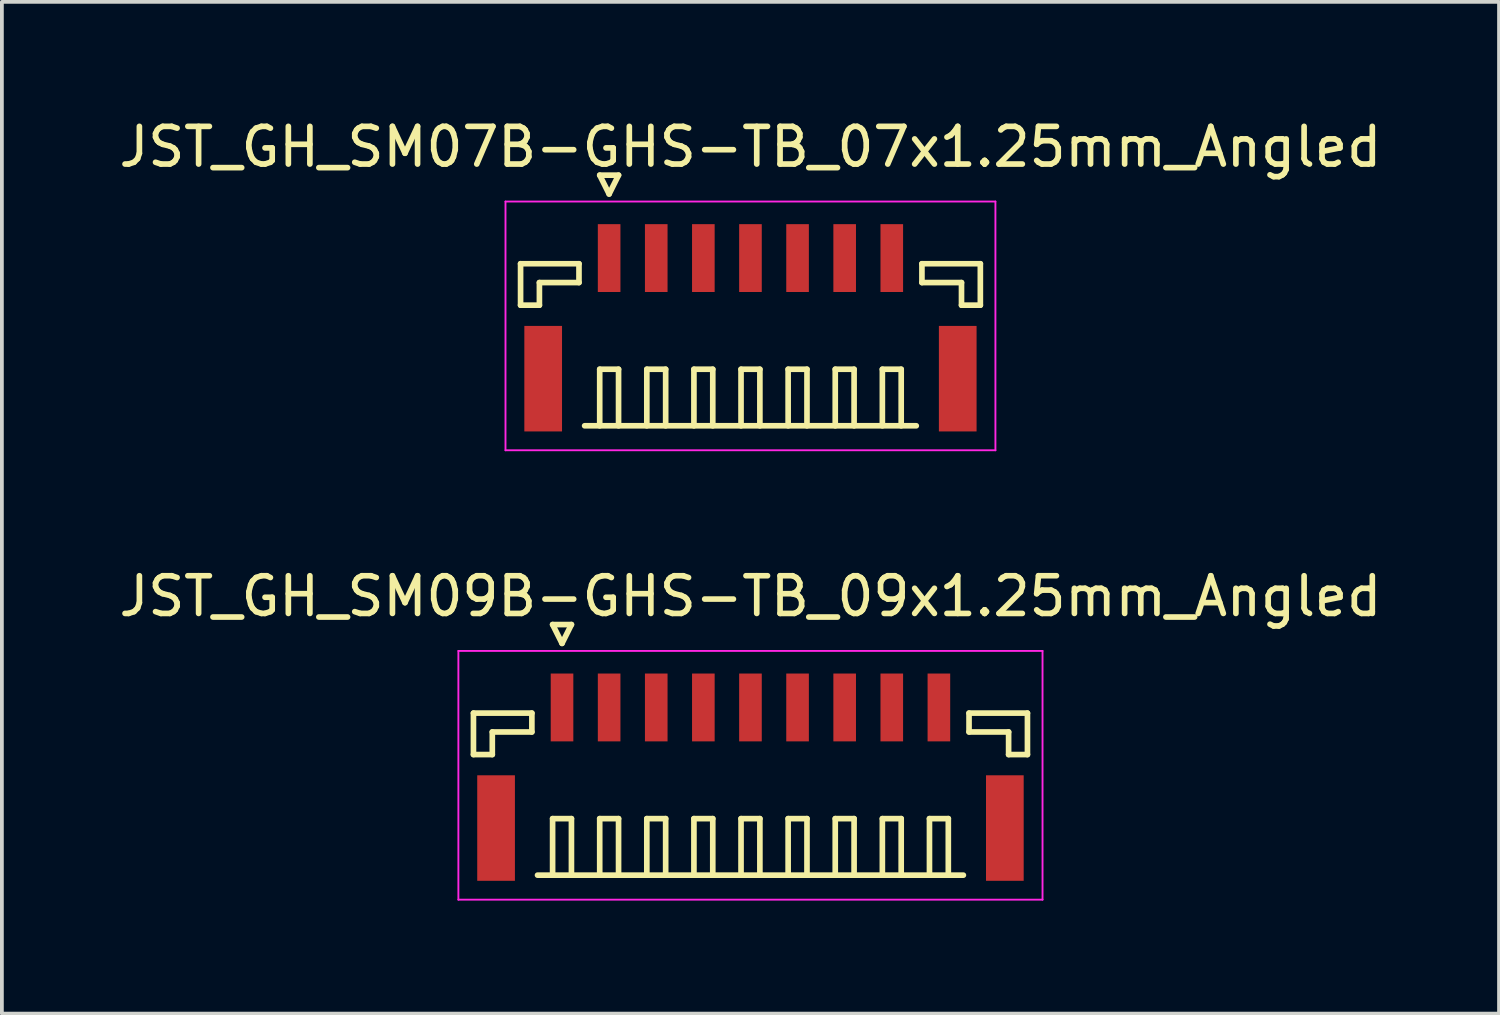
<source format=kicad_pcb>
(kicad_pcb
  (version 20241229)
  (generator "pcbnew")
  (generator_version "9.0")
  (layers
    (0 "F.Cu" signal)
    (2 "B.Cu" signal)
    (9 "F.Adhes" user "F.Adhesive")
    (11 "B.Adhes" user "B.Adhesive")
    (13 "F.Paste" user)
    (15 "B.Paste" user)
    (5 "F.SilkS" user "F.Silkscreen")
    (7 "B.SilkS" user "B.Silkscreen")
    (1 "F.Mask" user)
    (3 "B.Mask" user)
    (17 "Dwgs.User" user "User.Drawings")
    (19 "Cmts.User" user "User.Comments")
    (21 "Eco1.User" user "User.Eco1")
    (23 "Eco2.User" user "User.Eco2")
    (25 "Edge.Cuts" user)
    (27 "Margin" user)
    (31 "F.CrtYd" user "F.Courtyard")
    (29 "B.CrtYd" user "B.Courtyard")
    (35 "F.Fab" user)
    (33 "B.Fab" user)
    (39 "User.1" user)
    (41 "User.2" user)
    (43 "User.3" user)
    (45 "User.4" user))
  (footprint "JST_GH_SM09B-GHS-TB_09x1.25mm_Angled"
    (layer "F.Cu")
    (at 16.863 17.322)
    (property "Reference" "JST_GH_SM09B-GHS-TB_09x1.25mm_Angled" (at 0 -4.55 0) (layer "F.SilkS") (effects (font (size 1 1) (thickness 0.15))))
    (attr smd)
    (fp_line (start -7.35 -1.45) (end -5.8 -1.45) (stroke (width 0.15) (type solid)) (layer "F.SilkS"))
    (fp_line (start -7.35 -0.35) (end -7.35 -1.45) (stroke (width 0.15) (type solid)) (layer "F.SilkS"))
    (fp_line (start -6.85 -0.95) (end -6.85 -0.35) (stroke (width 0.15) (type solid)) (layer "F.SilkS"))
    (fp_line (start -6.85 -0.35) (end -7.35 -0.35) (stroke (width 0.15) (type solid)) (layer "F.SilkS"))
    (fp_line (start -5.8 -1.45) (end -5.8 -0.95) (stroke (width 0.15) (type solid)) (layer "F.SilkS"))
    (fp_line (start -5.8 -0.95) (end -6.85 -0.95) (stroke (width 0.15) (type solid)) (layer "F.SilkS"))
    (fp_line (start -5.65 2.85) (end 5.65 2.85) (stroke (width 0.15) (type solid)) (layer "F.SilkS"))
    (fp_line (start -5.25 -3.8) (end -4.75 -3.8) (stroke (width 0.15) (type solid)) (layer "F.SilkS"))
    (fp_line (start -5.25 1.35) (end -4.75 1.35) (stroke (width 0.15) (type solid)) (layer "F.SilkS"))
    (fp_line (start -5.25 2.85) (end -5.25 1.35) (stroke (width 0.15) (type solid)) (layer "F.SilkS"))
    (fp_line (start -5 -3.3) (end -5.25 -3.8) (stroke (width 0.15) (type solid)) (layer "F.SilkS"))
    (fp_line (start -4.75 -3.8) (end -5 -3.3) (stroke (width 0.15) (type solid)) (layer "F.SilkS"))
    (fp_line (start -4.75 1.35) (end -4.75 2.85) (stroke (width 0.15) (type solid)) (layer "F.SilkS"))
    (fp_line (start -4 1.35) (end -3.5 1.35) (stroke (width 0.15) (type solid)) (layer "F.SilkS"))
    (fp_line (start -4 2.85) (end -4 1.35) (stroke (width 0.15) (type solid)) (layer "F.SilkS"))
    (fp_line (start -3.5 1.35) (end -3.5 2.85) (stroke (width 0.15) (type solid)) (layer "F.SilkS"))
    (fp_line (start -2.75 1.35) (end -2.25 1.35) (stroke (width 0.15) (type solid)) (layer "F.SilkS"))
    (fp_line (start -2.75 2.85) (end -2.75 1.35) (stroke (width 0.15) (type solid)) (layer "F.SilkS"))
    (fp_line (start -2.25 1.35) (end -2.25 2.85) (stroke (width 0.15) (type solid)) (layer "F.SilkS"))
    (fp_line (start -1.5 1.35) (end -1 1.35) (stroke (width 0.15) (type solid)) (layer "F.SilkS"))
    (fp_line (start -1.5 2.85) (end -1.5 1.35) (stroke (width 0.15) (type solid)) (layer "F.SilkS"))
    (fp_line (start -1 1.35) (end -1 2.85) (stroke (width 0.15) (type solid)) (layer "F.SilkS"))
    (fp_line (start -0.25 1.35) (end 0.25 1.35) (stroke (width 0.15) (type solid)) (layer "F.SilkS"))
    (fp_line (start -0.25 2.85) (end -0.25 1.35) (stroke (width 0.15) (type solid)) (layer "F.SilkS"))
    (fp_line (start 0.25 1.35) (end 0.25 2.85) (stroke (width 0.15) (type solid)) (layer "F.SilkS"))
    (fp_line (start 1 1.35) (end 1.5 1.35) (stroke (width 0.15) (type solid)) (layer "F.SilkS"))
    (fp_line (start 1 2.85) (end 1 1.35) (stroke (width 0.15) (type solid)) (layer "F.SilkS"))
    (fp_line (start 1.5 1.35) (end 1.5 2.85) (stroke (width 0.15) (type solid)) (layer "F.SilkS"))
    (fp_line (start 2.25 1.35) (end 2.75 1.35) (stroke (width 0.15) (type solid)) (layer "F.SilkS"))
    (fp_line (start 2.25 2.85) (end 2.25 1.35) (stroke (width 0.15) (type solid)) (layer "F.SilkS"))
    (fp_line (start 2.75 1.35) (end 2.75 2.85) (stroke (width 0.15) (type solid)) (layer "F.SilkS"))
    (fp_line (start 3.5 1.35) (end 4 1.35) (stroke (width 0.15) (type solid)) (layer "F.SilkS"))
    (fp_line (start 3.5 2.85) (end 3.5 1.35) (stroke (width 0.15) (type solid)) (layer "F.SilkS"))
    (fp_line (start 4 1.35) (end 4 2.85) (stroke (width 0.15) (type solid)) (layer "F.SilkS"))
    (fp_line (start 4.75 1.35) (end 5.25 1.35) (stroke (width 0.15) (type solid)) (layer "F.SilkS"))
    (fp_line (start 4.75 2.85) (end 4.75 1.35) (stroke (width 0.15) (type solid)) (layer "F.SilkS"))
    (fp_line (start 5.25 1.35) (end 5.25 2.85) (stroke (width 0.15) (type solid)) (layer "F.SilkS"))
    (fp_line (start 5.8 -1.45) (end 5.8 -0.95) (stroke (width 0.15) (type solid)) (layer "F.SilkS"))
    (fp_line (start 5.8 -0.95) (end 6.85 -0.95) (stroke (width 0.15) (type solid)) (layer "F.SilkS"))
    (fp_line (start 6.85 -0.95) (end 6.85 -0.35) (stroke (width 0.15) (type solid)) (layer "F.SilkS"))
    (fp_line (start 6.85 -0.35) (end 7.35 -0.35) (stroke (width 0.15) (type solid)) (layer "F.SilkS"))
    (fp_line (start 7.35 -1.45) (end 5.8 -1.45) (stroke (width 0.15) (type solid)) (layer "F.SilkS"))
    (fp_line (start 7.35 -0.35) (end 7.35 -1.45) (stroke (width 0.15) (type solid)) (layer "F.SilkS"))
    (fp_line (start -7.75 -3.1) (end -7.75 3.5) (stroke (width 0.05) (type solid)) (layer "F.CrtYd"))
    (fp_line (start -7.75 3.5) (end 7.75 3.5) (stroke (width 0.05) (type solid)) (layer "F.CrtYd"))
    (fp_line (start 7.75 -3.1) (end -7.75 -3.1) (stroke (width 0.05) (type solid)) (layer "F.CrtYd"))
    (fp_line (start 7.75 3.5) (end 7.75 -3.1) (stroke (width 0.05) (type solid)) (layer "F.CrtYd"))
    (pad "" smd rect (at -6.75 1.6) (size 1 2.8) (layers "F.Cu" "F.Mask" "F.Paste"))
    (pad "" smd rect (at 6.75 1.6) (size 1 2.8) (layers "F.Cu" "F.Mask" "F.Paste"))
    (pad "1" smd rect (at -5 -1.6) (size 0.6 1.8) (layers "F.Cu" "F.Mask" "F.Paste"))
    (pad "2" smd rect (at -3.75 -1.6) (size 0.6 1.8) (layers "F.Cu" "F.Mask" "F.Paste"))
    (pad "3" smd rect (at -2.5 -1.6) (size 0.6 1.8) (layers "F.Cu" "F.Mask" "F.Paste"))
    (pad "4" smd rect (at -1.25 -1.6) (size 0.6 1.8) (layers "F.Cu" "F.Mask" "F.Paste"))
    (pad "5" smd rect (at 0 -1.6) (size 0.6 1.8) (layers "F.Cu" "F.Mask" "F.Paste"))
    (pad "6" smd rect (at 1.25 -1.6) (size 0.6 1.8) (layers "F.Cu" "F.Mask" "F.Paste"))
    (pad "7" smd rect (at 2.5 -1.6) (size 0.6 1.8) (layers "F.Cu" "F.Mask" "F.Paste"))
    (pad "8" smd rect (at 3.75 -1.6) (size 0.6 1.8) (layers "F.Cu" "F.Mask" "F.Paste"))
    (pad "9" smd rect (at 5 -1.6) (size 0.6 1.8) (layers "F.Cu" "F.Mask" "F.Paste")))
  (footprint "JST_GH_SM07B-GHS-TB_07x1.25mm_Angled"
    (layer "F.Cu")
    (at 16.863 5.398)
    (property "Reference" "JST_GH_SM07B-GHS-TB_07x1.25mm_Angled" (at 0 -4.55 0) (layer "F.SilkS") (effects (font (size 1 1) (thickness 0.15))))
    (attr smd)
    (fp_line (start -6.1 -1.45) (end -4.55 -1.45) (stroke (width 0.15) (type solid)) (layer "F.SilkS"))
    (fp_line (start -6.1 -0.35) (end -6.1 -1.45) (stroke (width 0.15) (type solid)) (layer "F.SilkS"))
    (fp_line (start -5.6 -0.95) (end -5.6 -0.35) (stroke (width 0.15) (type solid)) (layer "F.SilkS"))
    (fp_line (start -5.6 -0.35) (end -6.1 -0.35) (stroke (width 0.15) (type solid)) (layer "F.SilkS"))
    (fp_line (start -4.55 -1.45) (end -4.55 -0.95) (stroke (width 0.15) (type solid)) (layer "F.SilkS"))
    (fp_line (start -4.55 -0.95) (end -5.6 -0.95) (stroke (width 0.15) (type solid)) (layer "F.SilkS"))
    (fp_line (start -4.4 2.85) (end 4.4 2.85) (stroke (width 0.15) (type solid)) (layer "F.SilkS"))
    (fp_line (start -4 -3.8) (end -3.5 -3.8) (stroke (width 0.15) (type solid)) (layer "F.SilkS"))
    (fp_line (start -4 1.35) (end -3.5 1.35) (stroke (width 0.15) (type solid)) (layer "F.SilkS"))
    (fp_line (start -4 2.85) (end -4 1.35) (stroke (width 0.15) (type solid)) (layer "F.SilkS"))
    (fp_line (start -3.75 -3.3) (end -4 -3.8) (stroke (width 0.15) (type solid)) (layer "F.SilkS"))
    (fp_line (start -3.5 -3.8) (end -3.75 -3.3) (stroke (width 0.15) (type solid)) (layer "F.SilkS"))
    (fp_line (start -3.5 1.35) (end -3.5 2.85) (stroke (width 0.15) (type solid)) (layer "F.SilkS"))
    (fp_line (start -2.75 1.35) (end -2.25 1.35) (stroke (width 0.15) (type solid)) (layer "F.SilkS"))
    (fp_line (start -2.75 2.85) (end -2.75 1.35) (stroke (width 0.15) (type solid)) (layer "F.SilkS"))
    (fp_line (start -2.25 1.35) (end -2.25 2.85) (stroke (width 0.15) (type solid)) (layer "F.SilkS"))
    (fp_line (start -1.5 1.35) (end -1 1.35) (stroke (width 0.15) (type solid)) (layer "F.SilkS"))
    (fp_line (start -1.5 2.85) (end -1.5 1.35) (stroke (width 0.15) (type solid)) (layer "F.SilkS"))
    (fp_line (start -1 1.35) (end -1 2.85) (stroke (width 0.15) (type solid)) (layer "F.SilkS"))
    (fp_line (start -0.25 1.35) (end 0.25 1.35) (stroke (width 0.15) (type solid)) (layer "F.SilkS"))
    (fp_line (start -0.25 2.85) (end -0.25 1.35) (stroke (width 0.15) (type solid)) (layer "F.SilkS"))
    (fp_line (start 0.25 1.35) (end 0.25 2.85) (stroke (width 0.15) (type solid)) (layer "F.SilkS"))
    (fp_line (start 1 1.35) (end 1.5 1.35) (stroke (width 0.15) (type solid)) (layer "F.SilkS"))
    (fp_line (start 1 2.85) (end 1 1.35) (stroke (width 0.15) (type solid)) (layer "F.SilkS"))
    (fp_line (start 1.5 1.35) (end 1.5 2.85) (stroke (width 0.15) (type solid)) (layer "F.SilkS"))
    (fp_line (start 2.25 1.35) (end 2.75 1.35) (stroke (width 0.15) (type solid)) (layer "F.SilkS"))
    (fp_line (start 2.25 2.85) (end 2.25 1.35) (stroke (width 0.15) (type solid)) (layer "F.SilkS"))
    (fp_line (start 2.75 1.35) (end 2.75 2.85) (stroke (width 0.15) (type solid)) (layer "F.SilkS"))
    (fp_line (start 3.5 1.35) (end 4 1.35) (stroke (width 0.15) (type solid)) (layer "F.SilkS"))
    (fp_line (start 3.5 2.85) (end 3.5 1.35) (stroke (width 0.15) (type solid)) (layer "F.SilkS"))
    (fp_line (start 4 1.35) (end 4 2.85) (stroke (width 0.15) (type solid)) (layer "F.SilkS"))
    (fp_line (start 4.55 -1.45) (end 4.55 -0.95) (stroke (width 0.15) (type solid)) (layer "F.SilkS"))
    (fp_line (start 4.55 -0.95) (end 5.6 -0.95) (stroke (width 0.15) (type solid)) (layer "F.SilkS"))
    (fp_line (start 5.6 -0.95) (end 5.6 -0.35) (stroke (width 0.15) (type solid)) (layer "F.SilkS"))
    (fp_line (start 5.6 -0.35) (end 6.1 -0.35) (stroke (width 0.15) (type solid)) (layer "F.SilkS"))
    (fp_line (start 6.1 -1.45) (end 4.55 -1.45) (stroke (width 0.15) (type solid)) (layer "F.SilkS"))
    (fp_line (start 6.1 -0.35) (end 6.1 -1.45) (stroke (width 0.15) (type solid)) (layer "F.SilkS"))
    (fp_line (start -6.5 -3.1) (end -6.5 3.5) (stroke (width 0.05) (type solid)) (layer "F.CrtYd"))
    (fp_line (start -6.5 3.5) (end 6.5 3.5) (stroke (width 0.05) (type solid)) (layer "F.CrtYd"))
    (fp_line (start 6.5 -3.1) (end -6.5 -3.1) (stroke (width 0.05) (type solid)) (layer "F.CrtYd"))
    (fp_line (start 6.5 3.5) (end 6.5 -3.1) (stroke (width 0.05) (type solid)) (layer "F.CrtYd"))
    (pad "" smd rect (at -5.5 1.6) (size 1 2.8) (layers "F.Cu" "F.Mask" "F.Paste"))
    (pad "" smd rect (at 5.5 1.6) (size 1 2.8) (layers "F.Cu" "F.Mask" "F.Paste"))
    (pad "1" smd rect (at -3.75 -1.6) (size 0.6 1.8) (layers "F.Cu" "F.Mask" "F.Paste"))
    (pad "2" smd rect (at -2.5 -1.6) (size 0.6 1.8) (layers "F.Cu" "F.Mask" "F.Paste"))
    (pad "3" smd rect (at -1.25 -1.6) (size 0.6 1.8) (layers "F.Cu" "F.Mask" "F.Paste"))
    (pad "4" smd rect (at 0 -1.6) (size 0.6 1.8) (layers "F.Cu" "F.Mask" "F.Paste"))
    (pad "5" smd rect (at 1.25 -1.6) (size 0.6 1.8) (layers "F.Cu" "F.Mask" "F.Paste"))
    (pad "6" smd rect (at 2.5 -1.6) (size 0.6 1.8) (layers "F.Cu" "F.Mask" "F.Paste"))
    (pad "7" smd rect (at 3.75 -1.6) (size 0.6 1.8) (layers "F.Cu" "F.Mask" "F.Paste")))
  (gr_rect
    (start -3 -3)
    (end 36.726 23.846)
    (stroke (width 0.1) (type default))
    (fill no)
    (layer "Edge.Cuts")))
</source>
